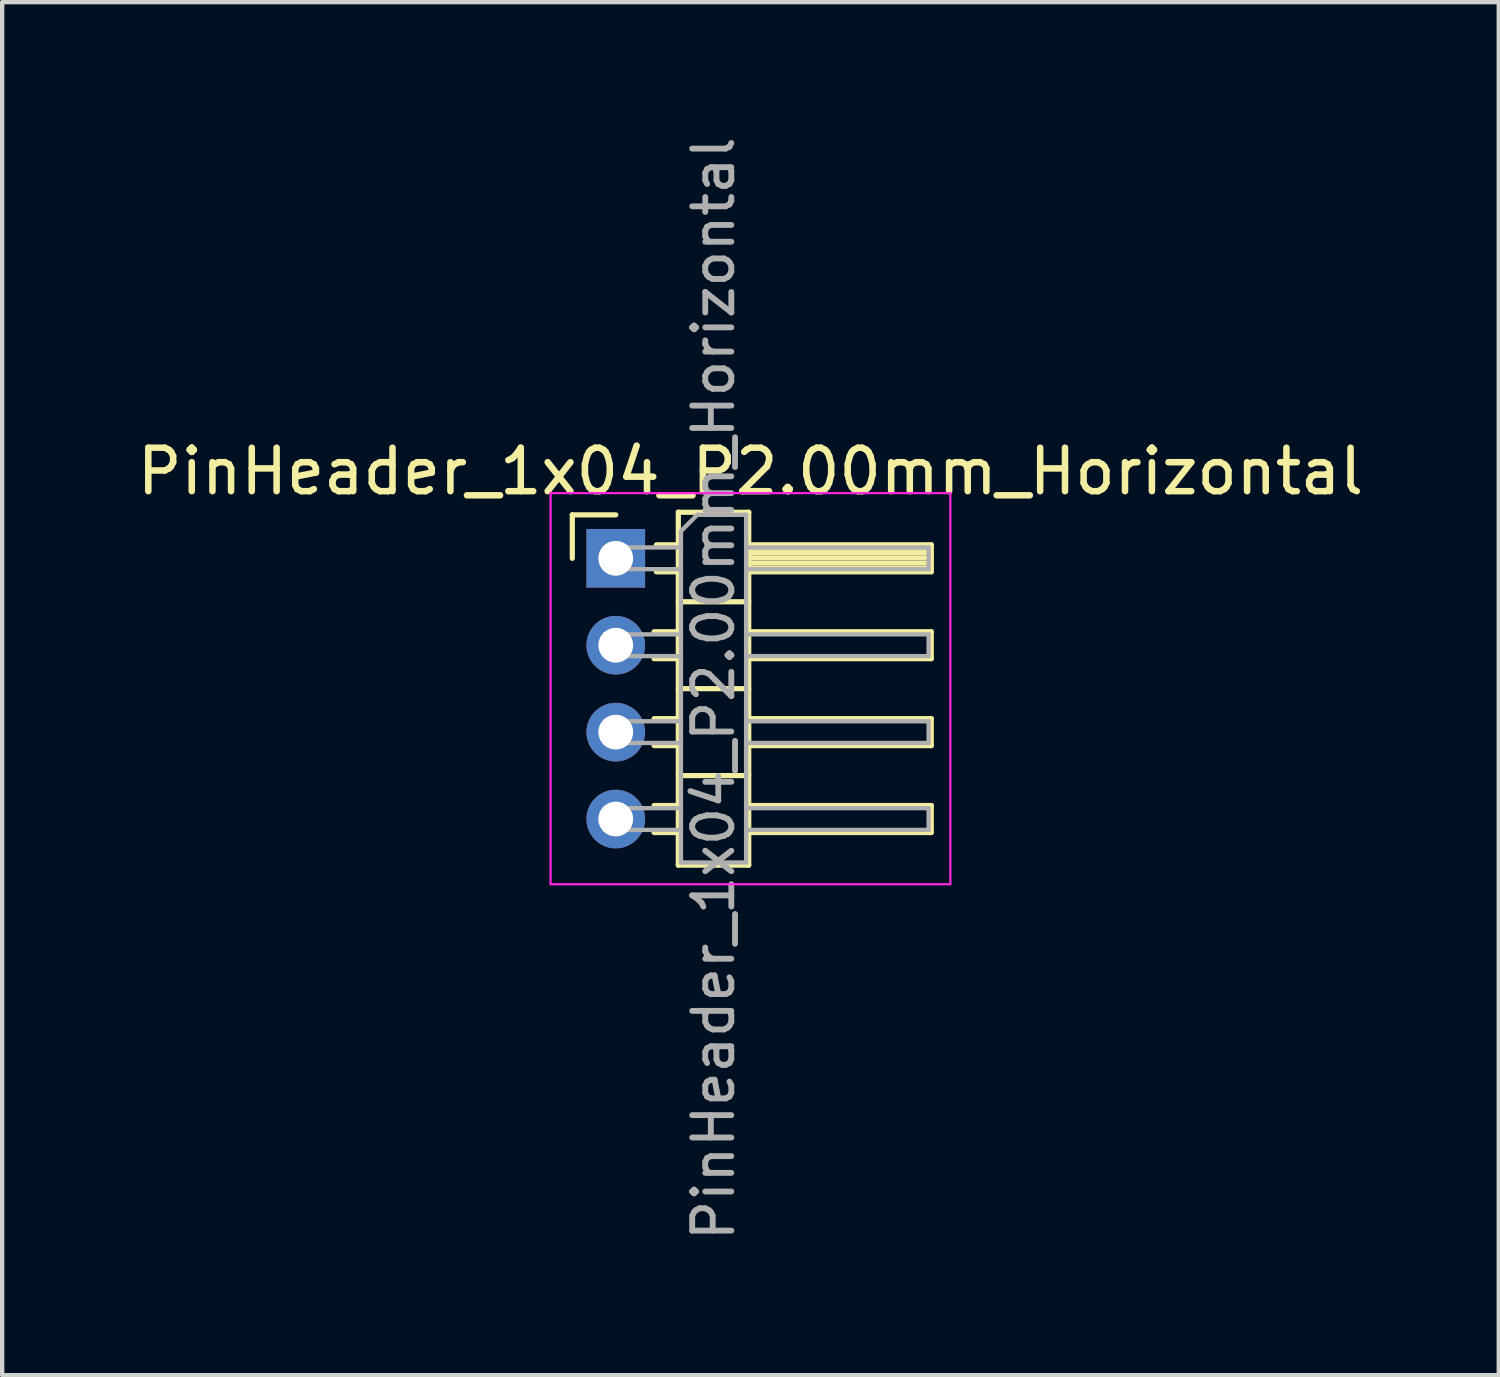
<source format=kicad_pcb>
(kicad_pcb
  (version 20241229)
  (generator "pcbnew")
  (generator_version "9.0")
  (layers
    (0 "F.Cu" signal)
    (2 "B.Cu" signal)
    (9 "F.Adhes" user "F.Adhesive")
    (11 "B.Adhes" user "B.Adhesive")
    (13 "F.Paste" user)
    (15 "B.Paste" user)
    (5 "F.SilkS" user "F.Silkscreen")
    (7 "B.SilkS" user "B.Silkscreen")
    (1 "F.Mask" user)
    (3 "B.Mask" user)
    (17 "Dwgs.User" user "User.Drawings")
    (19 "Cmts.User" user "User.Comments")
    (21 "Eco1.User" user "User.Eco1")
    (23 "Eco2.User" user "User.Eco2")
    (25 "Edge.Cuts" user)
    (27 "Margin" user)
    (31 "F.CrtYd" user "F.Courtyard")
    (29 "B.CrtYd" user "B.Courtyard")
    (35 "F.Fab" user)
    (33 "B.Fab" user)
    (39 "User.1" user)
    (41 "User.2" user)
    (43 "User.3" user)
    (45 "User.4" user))
  (footprint "PinHeader_1x04_P2.00mm_Horizontal"
    (layer "F.Cu")
    (at 11.12 9.798)
    (property "Reference" "PinHeader_1x04_P2.00mm_Horizontal" (at 3.1 -2 0) (layer "F.SilkS") (effects (font (size 1 1) (thickness 0.15))))
    (attr through_hole)
    (fp_line (start -1 -1) (end 0 -1) (stroke (width 0.12) (type solid)) (layer "F.SilkS"))
    (fp_line (start -1 0) (end -1 -1) (stroke (width 0.12) (type solid)) (layer "F.SilkS"))
    (fp_line (start 0.882 1.69) (end 1.44 1.69) (stroke (width 0.12) (type solid)) (layer "F.SilkS"))
    (fp_line (start 0.882 2.31) (end 1.44 2.31) (stroke (width 0.12) (type solid)) (layer "F.SilkS"))
    (fp_line (start 0.882 3.69) (end 1.44 3.69) (stroke (width 0.12) (type solid)) (layer "F.SilkS"))
    (fp_line (start 0.882 4.31) (end 1.44 4.31) (stroke (width 0.12) (type solid)) (layer "F.SilkS"))
    (fp_line (start 0.882 5.69) (end 1.44 5.69) (stroke (width 0.12) (type solid)) (layer "F.SilkS"))
    (fp_line (start 0.882 6.31) (end 1.44 6.31) (stroke (width 0.12) (type solid)) (layer "F.SilkS"))
    (fp_line (start 0.935 -0.31) (end 1.44 -0.31) (stroke (width 0.12) (type solid)) (layer "F.SilkS"))
    (fp_line (start 0.935 0.31) (end 1.44 0.31) (stroke (width 0.12) (type solid)) (layer "F.SilkS"))
    (fp_line (start 1.44 -1.06) (end 1.44 7.06) (stroke (width 0.12) (type solid)) (layer "F.SilkS"))
    (fp_line (start 1.44 1) (end 3.06 1) (stroke (width 0.12) (type solid)) (layer "F.SilkS"))
    (fp_line (start 1.44 3) (end 3.06 3) (stroke (width 0.12) (type solid)) (layer "F.SilkS"))
    (fp_line (start 1.44 5) (end 3.06 5) (stroke (width 0.12) (type solid)) (layer "F.SilkS"))
    (fp_line (start 1.44 7.06) (end 3.06 7.06) (stroke (width 0.12) (type solid)) (layer "F.SilkS"))
    (fp_line (start 3.06 -1.06) (end 1.44 -1.06) (stroke (width 0.12) (type solid)) (layer "F.SilkS"))
    (fp_line (start 3.06 -0.31) (end 7.26 -0.31) (stroke (width 0.12) (type solid)) (layer "F.SilkS"))
    (fp_line (start 3.06 -0.25) (end 7.26 -0.25) (stroke (width 0.12) (type solid)) (layer "F.SilkS"))
    (fp_line (start 3.06 -0.13) (end 7.26 -0.13) (stroke (width 0.12) (type solid)) (layer "F.SilkS"))
    (fp_line (start 3.06 -0.01) (end 7.26 -0.01) (stroke (width 0.12) (type solid)) (layer "F.SilkS"))
    (fp_line (start 3.06 0.11) (end 7.26 0.11) (stroke (width 0.12) (type solid)) (layer "F.SilkS"))
    (fp_line (start 3.06 0.23) (end 7.26 0.23) (stroke (width 0.12) (type solid)) (layer "F.SilkS"))
    (fp_line (start 3.06 1.69) (end 7.26 1.69) (stroke (width 0.12) (type solid)) (layer "F.SilkS"))
    (fp_line (start 3.06 3.69) (end 7.26 3.69) (stroke (width 0.12) (type solid)) (layer "F.SilkS"))
    (fp_line (start 3.06 5.69) (end 7.26 5.69) (stroke (width 0.12) (type solid)) (layer "F.SilkS"))
    (fp_line (start 3.06 7.06) (end 3.06 -1.06) (stroke (width 0.12) (type solid)) (layer "F.SilkS"))
    (fp_line (start 7.26 -0.31) (end 7.26 0.31) (stroke (width 0.12) (type solid)) (layer "F.SilkS"))
    (fp_line (start 7.26 0.31) (end 3.06 0.31) (stroke (width 0.12) (type solid)) (layer "F.SilkS"))
    (fp_line (start 7.26 1.69) (end 7.26 2.31) (stroke (width 0.12) (type solid)) (layer "F.SilkS"))
    (fp_line (start 7.26 2.31) (end 3.06 2.31) (stroke (width 0.12) (type solid)) (layer "F.SilkS"))
    (fp_line (start 7.26 3.69) (end 7.26 4.31) (stroke (width 0.12) (type solid)) (layer "F.SilkS"))
    (fp_line (start 7.26 4.31) (end 3.06 4.31) (stroke (width 0.12) (type solid)) (layer "F.SilkS"))
    (fp_line (start 7.26 5.69) (end 7.26 6.31) (stroke (width 0.12) (type solid)) (layer "F.SilkS"))
    (fp_line (start 7.26 6.31) (end 3.06 6.31) (stroke (width 0.12) (type solid)) (layer "F.SilkS"))
    (fp_line (start -1.5 -1.5) (end -1.5 7.5) (stroke (width 0.05) (type solid)) (layer "F.CrtYd"))
    (fp_line (start -1.5 7.5) (end 7.7 7.5) (stroke (width 0.05) (type solid)) (layer "F.CrtYd"))
    (fp_line (start 7.7 -1.5) (end -1.5 -1.5) (stroke (width 0.05) (type solid)) (layer "F.CrtYd"))
    (fp_line (start 7.7 7.5) (end 7.7 -1.5) (stroke (width 0.05) (type solid)) (layer "F.CrtYd"))
    (fp_line (start -0.25 -0.25) (end -0.25 0.25) (stroke (width 0.1) (type solid)) (layer "F.Fab"))
    (fp_line (start -0.25 -0.25) (end 1.5 -0.25) (stroke (width 0.1) (type solid)) (layer "F.Fab"))
    (fp_line (start -0.25 0.25) (end 1.5 0.25) (stroke (width 0.1) (type solid)) (layer "F.Fab"))
    (fp_line (start -0.25 1.75) (end -0.25 2.25) (stroke (width 0.1) (type solid)) (layer "F.Fab"))
    (fp_line (start -0.25 1.75) (end 1.5 1.75) (stroke (width 0.1) (type solid)) (layer "F.Fab"))
    (fp_line (start -0.25 2.25) (end 1.5 2.25) (stroke (width 0.1) (type solid)) (layer "F.Fab"))
    (fp_line (start -0.25 3.75) (end -0.25 4.25) (stroke (width 0.1) (type solid)) (layer "F.Fab"))
    (fp_line (start -0.25 3.75) (end 1.5 3.75) (stroke (width 0.1) (type solid)) (layer "F.Fab"))
    (fp_line (start -0.25 4.25) (end 1.5 4.25) (stroke (width 0.1) (type solid)) (layer "F.Fab"))
    (fp_line (start -0.25 5.75) (end -0.25 6.25) (stroke (width 0.1) (type solid)) (layer "F.Fab"))
    (fp_line (start -0.25 5.75) (end 1.5 5.75) (stroke (width 0.1) (type solid)) (layer "F.Fab"))
    (fp_line (start -0.25 6.25) (end 1.5 6.25) (stroke (width 0.1) (type solid)) (layer "F.Fab"))
    (fp_line (start 1.5 -0.625) (end 1.875 -1) (stroke (width 0.1) (type solid)) (layer "F.Fab"))
    (fp_line (start 1.5 7) (end 1.5 -0.625) (stroke (width 0.1) (type solid)) (layer "F.Fab"))
    (fp_line (start 1.875 -1) (end 3 -1) (stroke (width 0.1) (type solid)) (layer "F.Fab"))
    (fp_line (start 3 -1) (end 3 7) (stroke (width 0.1) (type solid)) (layer "F.Fab"))
    (fp_line (start 3 -0.25) (end 7.2 -0.25) (stroke (width 0.1) (type solid)) (layer "F.Fab"))
    (fp_line (start 3 0.25) (end 7.2 0.25) (stroke (width 0.1) (type solid)) (layer "F.Fab"))
    (fp_line (start 3 1.75) (end 7.2 1.75) (stroke (width 0.1) (type solid)) (layer "F.Fab"))
    (fp_line (start 3 2.25) (end 7.2 2.25) (stroke (width 0.1) (type solid)) (layer "F.Fab"))
    (fp_line (start 3 3.75) (end 7.2 3.75) (stroke (width 0.1) (type solid)) (layer "F.Fab"))
    (fp_line (start 3 4.25) (end 7.2 4.25) (stroke (width 0.1) (type solid)) (layer "F.Fab"))
    (fp_line (start 3 5.75) (end 7.2 5.75) (stroke (width 0.1) (type solid)) (layer "F.Fab"))
    (fp_line (start 3 6.25) (end 7.2 6.25) (stroke (width 0.1) (type solid)) (layer "F.Fab"))
    (fp_line (start 3 7) (end 1.5 7) (stroke (width 0.1) (type solid)) (layer "F.Fab"))
    (fp_line (start 7.2 -0.25) (end 7.2 0.25) (stroke (width 0.1) (type solid)) (layer "F.Fab"))
    (fp_line (start 7.2 1.75) (end 7.2 2.25) (stroke (width 0.1) (type solid)) (layer "F.Fab"))
    (fp_line (start 7.2 3.75) (end 7.2 4.25) (stroke (width 0.1) (type solid)) (layer "F.Fab"))
    (fp_line (start 7.2 5.75) (end 7.2 6.25) (stroke (width 0.1) (type solid)) (layer "F.Fab"))
    (fp_text user "${REFERENCE}" (at 2.25 3 90) (layer "F.Fab") (effects (font (size 0.9 0.9) (thickness 0.135))))
    (pad "1" thru_hole rect (at 0 0) (size 1.35 1.35) (drill 0.8) (layers "*.Cu" "*.Mask"))
    (pad "2" thru_hole oval (at 0 2) (size 1.35 1.35) (drill 0.8) (layers "*.Cu" "*.Mask"))
    (pad "3" thru_hole oval (at 0 4) (size 1.35 1.35) (drill 0.8) (layers "*.Cu" "*.Mask"))
    (pad "4" thru_hole oval (at 0 6) (size 1.35 1.35) (drill 0.8) (layers "*.Cu" "*.Mask")))
  (gr_rect
    (start -3 -3)
    (end 31.44 28.596)
    (stroke (width 0.1) (type default))
    (fill no)
    (layer "Edge.Cuts")))
</source>
